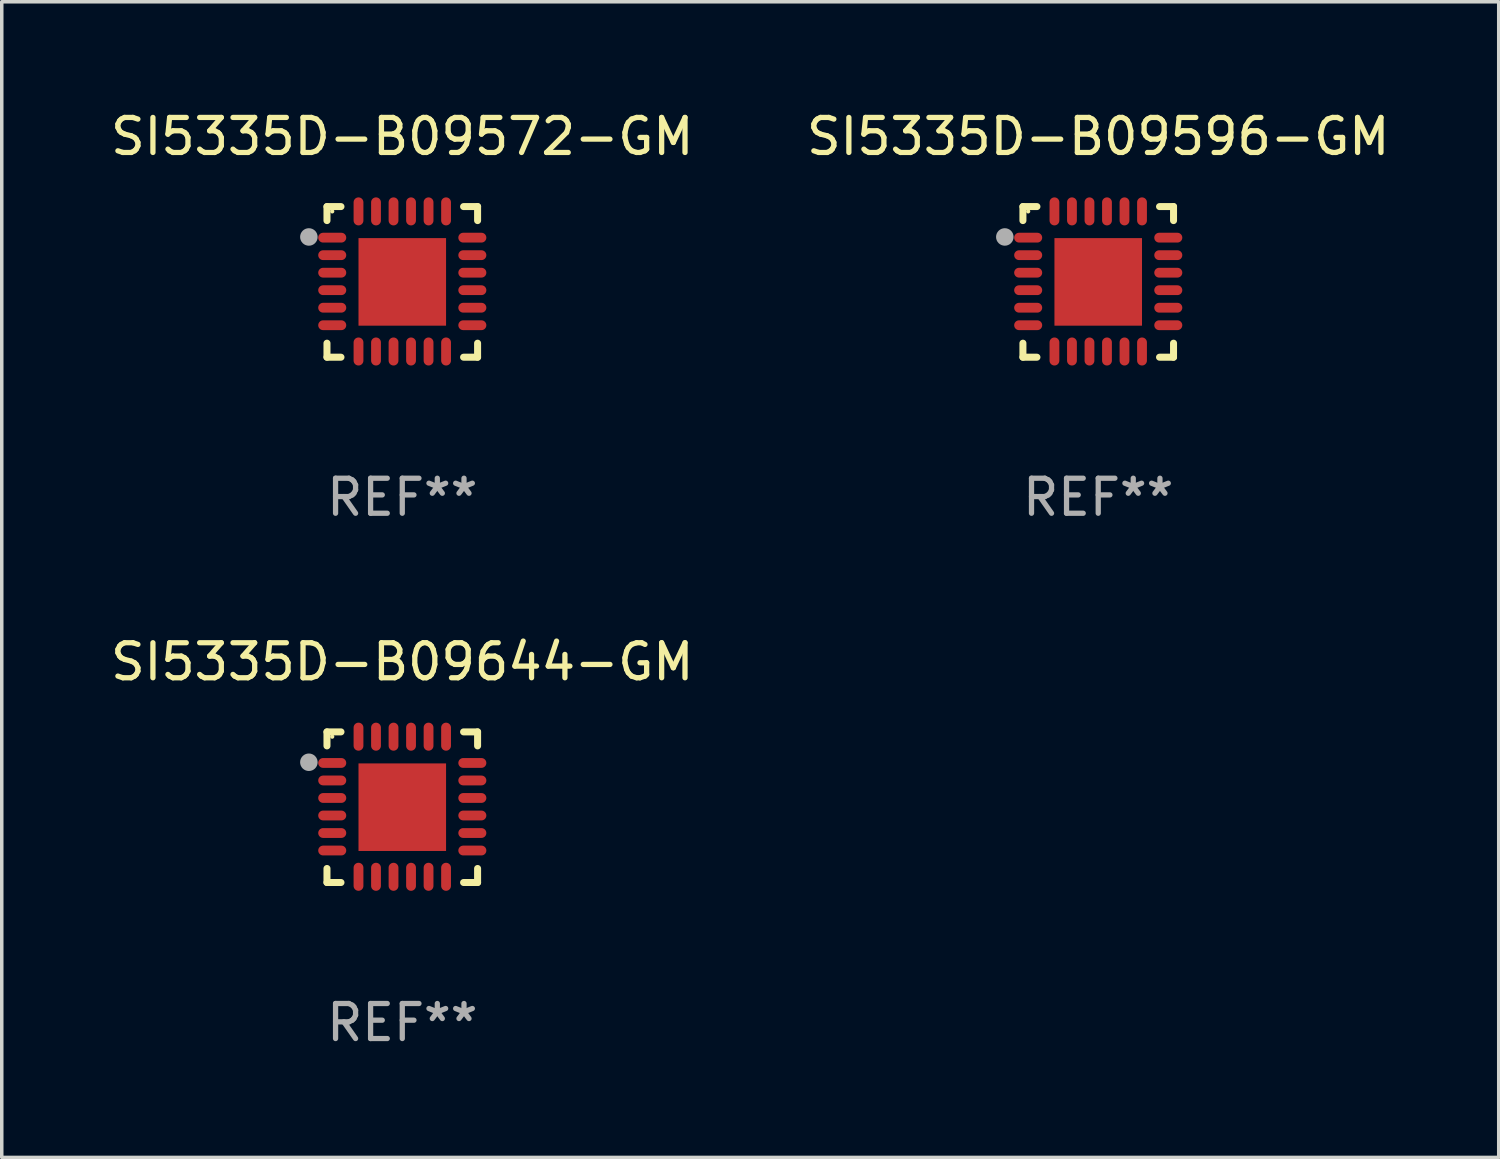
<source format=kicad_pcb>
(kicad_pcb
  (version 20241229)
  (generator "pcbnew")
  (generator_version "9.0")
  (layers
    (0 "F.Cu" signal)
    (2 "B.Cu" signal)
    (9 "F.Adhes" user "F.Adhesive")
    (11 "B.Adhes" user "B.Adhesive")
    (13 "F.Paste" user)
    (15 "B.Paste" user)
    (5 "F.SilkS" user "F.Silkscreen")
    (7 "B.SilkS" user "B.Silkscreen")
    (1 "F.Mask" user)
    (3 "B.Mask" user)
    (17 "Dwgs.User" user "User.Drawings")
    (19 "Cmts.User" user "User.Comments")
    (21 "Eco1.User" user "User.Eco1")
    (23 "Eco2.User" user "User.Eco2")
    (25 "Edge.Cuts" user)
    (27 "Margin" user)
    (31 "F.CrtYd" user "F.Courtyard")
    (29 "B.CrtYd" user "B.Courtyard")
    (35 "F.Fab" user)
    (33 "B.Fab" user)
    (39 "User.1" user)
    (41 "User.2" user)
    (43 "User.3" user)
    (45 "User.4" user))
  (footprint "SI5335D-B09596-GM"
    (layer "F.Cu")
    (at 28.304 4.998)
    (property "Reference" "SI5335D-B09596-GM" (at 0 -4.15 0) (layer "F.SilkS") (effects (font (size 1 1) (thickness 0.15))))
    (attr through_hole)
    (fp_line (start -2.15 -2.15) (end -1.75 -2.15) (stroke (width 0.2) (type solid)) (layer "F.SilkS"))
    (fp_line (start -2.15 -1.75) (end -2.15 -2.15) (stroke (width 0.2) (type solid)) (layer "F.SilkS"))
    (fp_line (start -2.15 2.15) (end -2.15 1.75) (stroke (width 0.2) (type solid)) (layer "F.SilkS"))
    (fp_line (start -1.75 2.15) (end -2.15 2.15) (stroke (width 0.2) (type solid)) (layer "F.SilkS"))
    (fp_line (start 1.75 -2.15) (end 2.15 -2.15) (stroke (width 0.2) (type solid)) (layer "F.SilkS"))
    (fp_line (start 1.75 2.15) (end 2.15 2.15) (stroke (width 0.2) (type solid)) (layer "F.SilkS"))
    (fp_line (start 2.15 -2.15) (end 2.15 -1.75) (stroke (width 0.2) (type solid)) (layer "F.SilkS"))
    (fp_line (start 2.15 2.15) (end 2.15 1.75) (stroke (width 0.2) (type solid)) (layer "F.SilkS"))
    (fp_circle (center -2 -2.013) (end -1.97 -2.013) (stroke (width 0.06) (type solid)) (fill no) (layer "F.SilkS"))
    (fp_circle (center -2.667 -1.283) (end -2.542 -1.283) (stroke (width 0.25) (type solid)) (fill no) (layer "F.Fab"))
    (fp_text user "REF**" (at 0 6.15 0) (layer "F.Fab") (effects (font (size 1 1) (thickness 0.15))))
    (pad "1" smd oval (at -2 -1.263) (size 0.8 0.28) (layers "F.Cu" "F.Mask" "F.Paste"))
    (pad "2" smd oval (at -2 -0.763) (size 0.8 0.28) (layers "F.Cu" "F.Mask" "F.Paste"))
    (pad "3" smd oval (at -2 -0.263) (size 0.8 0.28) (layers "F.Cu" "F.Mask" "F.Paste"))
    (pad "4" smd oval (at -2 0.237) (size 0.8 0.28) (layers "F.Cu" "F.Mask" "F.Paste"))
    (pad "5" smd oval (at -2 0.737) (size 0.8 0.28) (layers "F.Cu" "F.Mask" "F.Paste"))
    (pad "6" smd oval (at -2 1.237) (size 0.8 0.28) (layers "F.Cu" "F.Mask" "F.Paste"))
    (pad "7" smd oval (at -1.25 1.987) (size 0.28 0.8) (layers "F.Cu" "F.Mask" "F.Paste"))
    (pad "8" smd oval (at -0.75 1.987) (size 0.28 0.8) (layers "F.Cu" "F.Mask" "F.Paste"))
    (pad "9" smd oval (at -0.25 1.987) (size 0.28 0.8) (layers "F.Cu" "F.Mask" "F.Paste"))
    (pad "10" smd oval (at 0.25 1.987) (size 0.28 0.8) (layers "F.Cu" "F.Mask" "F.Paste"))
    (pad "11" smd oval (at 0.75 1.987) (size 0.28 0.8) (layers "F.Cu" "F.Mask" "F.Paste"))
    (pad "12" smd oval (at 1.25 1.987) (size 0.28 0.8) (layers "F.Cu" "F.Mask" "F.Paste"))
    (pad "13" smd oval (at 2 1.237) (size 0.8 0.28) (layers "F.Cu" "F.Mask" "F.Paste"))
    (pad "14" smd oval (at 2 0.737) (size 0.8 0.28) (layers "F.Cu" "F.Mask" "F.Paste"))
    (pad "15" smd oval (at 2 0.237) (size 0.8 0.28) (layers "F.Cu" "F.Mask" "F.Paste"))
    (pad "16" smd oval (at 2 -0.263) (size 0.8 0.28) (layers "F.Cu" "F.Mask" "F.Paste"))
    (pad "17" smd oval (at 2 -0.763) (size 0.8 0.28) (layers "F.Cu" "F.Mask" "F.Paste"))
    (pad "18" smd oval (at 2 -1.263) (size 0.8 0.28) (layers "F.Cu" "F.Mask" "F.Paste"))
    (pad "19" smd oval (at 1.25 -2.013) (size 0.28 0.8) (layers "F.Cu" "F.Mask" "F.Paste"))
    (pad "20" smd oval (at 0.75 -2.013) (size 0.28 0.8) (layers "F.Cu" "F.Mask" "F.Paste"))
    (pad "21" smd oval (at 0.25 -2.013) (size 0.28 0.8) (layers "F.Cu" "F.Mask" "F.Paste"))
    (pad "22" smd oval (at -0.25 -2.013) (size 0.28 0.8) (layers "F.Cu" "F.Mask" "F.Paste"))
    (pad "23" smd oval (at -0.75 -2.013) (size 0.28 0.8) (layers "F.Cu" "F.Mask" "F.Paste"))
    (pad "24" smd oval (at -1.25 -2.013) (size 0.28 0.8) (layers "F.Cu" "F.Mask" "F.Paste"))
    (pad "25" smd rect (at -0.000127 -0.00014) (size 2.5 2.5) (layers "F.Cu" "F.Mask" "F.Paste")))
  (footprint "SI5335D-B09644-GM"
    (layer "F.Cu")
    (at 8.435 19.995)
    (property "Reference" "SI5335D-B09644-GM" (at 0 -4.15 0) (layer "F.SilkS") (effects (font (size 1 1) (thickness 0.15))))
    (attr through_hole)
    (fp_line (start -2.15 -2.15) (end -1.75 -2.15) (stroke (width 0.2) (type solid)) (layer "F.SilkS"))
    (fp_line (start -2.15 -1.75) (end -2.15 -2.15) (stroke (width 0.2) (type solid)) (layer "F.SilkS"))
    (fp_line (start -2.15 2.15) (end -2.15 1.75) (stroke (width 0.2) (type solid)) (layer "F.SilkS"))
    (fp_line (start -1.75 2.15) (end -2.15 2.15) (stroke (width 0.2) (type solid)) (layer "F.SilkS"))
    (fp_line (start 1.75 -2.15) (end 2.15 -2.15) (stroke (width 0.2) (type solid)) (layer "F.SilkS"))
    (fp_line (start 1.75 2.15) (end 2.15 2.15) (stroke (width 0.2) (type solid)) (layer "F.SilkS"))
    (fp_line (start 2.15 -2.15) (end 2.15 -1.75) (stroke (width 0.2) (type solid)) (layer "F.SilkS"))
    (fp_line (start 2.15 2.15) (end 2.15 1.75) (stroke (width 0.2) (type solid)) (layer "F.SilkS"))
    (fp_circle (center -2 -2.013) (end -1.97 -2.013) (stroke (width 0.06) (type solid)) (fill no) (layer "F.SilkS"))
    (fp_circle (center -2.667 -1.283) (end -2.542 -1.283) (stroke (width 0.25) (type solid)) (fill no) (layer "F.Fab"))
    (fp_text user "REF**" (at 0 6.15 0) (layer "F.Fab") (effects (font (size 1 1) (thickness 0.15))))
    (pad "1" smd oval (at -2 -1.263) (size 0.8 0.28) (layers "F.Cu" "F.Mask" "F.Paste"))
    (pad "2" smd oval (at -2 -0.763) (size 0.8 0.28) (layers "F.Cu" "F.Mask" "F.Paste"))
    (pad "3" smd oval (at -2 -0.263) (size 0.8 0.28) (layers "F.Cu" "F.Mask" "F.Paste"))
    (pad "4" smd oval (at -2 0.237) (size 0.8 0.28) (layers "F.Cu" "F.Mask" "F.Paste"))
    (pad "5" smd oval (at -2 0.737) (size 0.8 0.28) (layers "F.Cu" "F.Mask" "F.Paste"))
    (pad "6" smd oval (at -2 1.237) (size 0.8 0.28) (layers "F.Cu" "F.Mask" "F.Paste"))
    (pad "7" smd oval (at -1.25 1.987) (size 0.28 0.8) (layers "F.Cu" "F.Mask" "F.Paste"))
    (pad "8" smd oval (at -0.75 1.987) (size 0.28 0.8) (layers "F.Cu" "F.Mask" "F.Paste"))
    (pad "9" smd oval (at -0.25 1.987) (size 0.28 0.8) (layers "F.Cu" "F.Mask" "F.Paste"))
    (pad "10" smd oval (at 0.25 1.987) (size 0.28 0.8) (layers "F.Cu" "F.Mask" "F.Paste"))
    (pad "11" smd oval (at 0.75 1.987) (size 0.28 0.8) (layers "F.Cu" "F.Mask" "F.Paste"))
    (pad "12" smd oval (at 1.25 1.987) (size 0.28 0.8) (layers "F.Cu" "F.Mask" "F.Paste"))
    (pad "13" smd oval (at 2 1.237) (size 0.8 0.28) (layers "F.Cu" "F.Mask" "F.Paste"))
    (pad "14" smd oval (at 2 0.737) (size 0.8 0.28) (layers "F.Cu" "F.Mask" "F.Paste"))
    (pad "15" smd oval (at 2 0.237) (size 0.8 0.28) (layers "F.Cu" "F.Mask" "F.Paste"))
    (pad "16" smd oval (at 2 -0.263) (size 0.8 0.28) (layers "F.Cu" "F.Mask" "F.Paste"))
    (pad "17" smd oval (at 2 -0.763) (size 0.8 0.28) (layers "F.Cu" "F.Mask" "F.Paste"))
    (pad "18" smd oval (at 2 -1.263) (size 0.8 0.28) (layers "F.Cu" "F.Mask" "F.Paste"))
    (pad "19" smd oval (at 1.25 -2.013) (size 0.28 0.8) (layers "F.Cu" "F.Mask" "F.Paste"))
    (pad "20" smd oval (at 0.75 -2.013) (size 0.28 0.8) (layers "F.Cu" "F.Mask" "F.Paste"))
    (pad "21" smd oval (at 0.25 -2.013) (size 0.28 0.8) (layers "F.Cu" "F.Mask" "F.Paste"))
    (pad "22" smd oval (at -0.25 -2.013) (size 0.28 0.8) (layers "F.Cu" "F.Mask" "F.Paste"))
    (pad "23" smd oval (at -0.75 -2.013) (size 0.28 0.8) (layers "F.Cu" "F.Mask" "F.Paste"))
    (pad "24" smd oval (at -1.25 -2.013) (size 0.28 0.8) (layers "F.Cu" "F.Mask" "F.Paste"))
    (pad "25" smd rect (at -0.000127 -0.00014) (size 2.5 2.5) (layers "F.Cu" "F.Mask" "F.Paste")))
  (footprint "SI5335D-B09572-GM"
    (layer "F.Cu")
    (at 8.435 4.998)
    (property "Reference" "SI5335D-B09572-GM" (at 0 -4.15 0) (layer "F.SilkS") (effects (font (size 1 1) (thickness 0.15))))
    (attr through_hole)
    (fp_line (start -2.15 -2.15) (end -1.75 -2.15) (stroke (width 0.2) (type solid)) (layer "F.SilkS"))
    (fp_line (start -2.15 -1.75) (end -2.15 -2.15) (stroke (width 0.2) (type solid)) (layer "F.SilkS"))
    (fp_line (start -2.15 2.15) (end -2.15 1.75) (stroke (width 0.2) (type solid)) (layer "F.SilkS"))
    (fp_line (start -1.75 2.15) (end -2.15 2.15) (stroke (width 0.2) (type solid)) (layer "F.SilkS"))
    (fp_line (start 1.75 -2.15) (end 2.15 -2.15) (stroke (width 0.2) (type solid)) (layer "F.SilkS"))
    (fp_line (start 1.75 2.15) (end 2.15 2.15) (stroke (width 0.2) (type solid)) (layer "F.SilkS"))
    (fp_line (start 2.15 -2.15) (end 2.15 -1.75) (stroke (width 0.2) (type solid)) (layer "F.SilkS"))
    (fp_line (start 2.15 2.15) (end 2.15 1.75) (stroke (width 0.2) (type solid)) (layer "F.SilkS"))
    (fp_circle (center -2 -2.013) (end -1.97 -2.013) (stroke (width 0.06) (type solid)) (fill no) (layer "F.SilkS"))
    (fp_circle (center -2.667 -1.283) (end -2.542 -1.283) (stroke (width 0.25) (type solid)) (fill no) (layer "F.Fab"))
    (fp_text user "REF**" (at 0 6.15 0) (layer "F.Fab") (effects (font (size 1 1) (thickness 0.15))))
    (pad "1" smd oval (at -2 -1.263) (size 0.8 0.28) (layers "F.Cu" "F.Mask" "F.Paste"))
    (pad "2" smd oval (at -2 -0.763) (size 0.8 0.28) (layers "F.Cu" "F.Mask" "F.Paste"))
    (pad "3" smd oval (at -2 -0.263) (size 0.8 0.28) (layers "F.Cu" "F.Mask" "F.Paste"))
    (pad "4" smd oval (at -2 0.237) (size 0.8 0.28) (layers "F.Cu" "F.Mask" "F.Paste"))
    (pad "5" smd oval (at -2 0.737) (size 0.8 0.28) (layers "F.Cu" "F.Mask" "F.Paste"))
    (pad "6" smd oval (at -2 1.237) (size 0.8 0.28) (layers "F.Cu" "F.Mask" "F.Paste"))
    (pad "7" smd oval (at -1.25 1.987) (size 0.28 0.8) (layers "F.Cu" "F.Mask" "F.Paste"))
    (pad "8" smd oval (at -0.75 1.987) (size 0.28 0.8) (layers "F.Cu" "F.Mask" "F.Paste"))
    (pad "9" smd oval (at -0.25 1.987) (size 0.28 0.8) (layers "F.Cu" "F.Mask" "F.Paste"))
    (pad "10" smd oval (at 0.25 1.987) (size 0.28 0.8) (layers "F.Cu" "F.Mask" "F.Paste"))
    (pad "11" smd oval (at 0.75 1.987) (size 0.28 0.8) (layers "F.Cu" "F.Mask" "F.Paste"))
    (pad "12" smd oval (at 1.25 1.987) (size 0.28 0.8) (layers "F.Cu" "F.Mask" "F.Paste"))
    (pad "13" smd oval (at 2 1.237) (size 0.8 0.28) (layers "F.Cu" "F.Mask" "F.Paste"))
    (pad "14" smd oval (at 2 0.737) (size 0.8 0.28) (layers "F.Cu" "F.Mask" "F.Paste"))
    (pad "15" smd oval (at 2 0.237) (size 0.8 0.28) (layers "F.Cu" "F.Mask" "F.Paste"))
    (pad "16" smd oval (at 2 -0.263) (size 0.8 0.28) (layers "F.Cu" "F.Mask" "F.Paste"))
    (pad "17" smd oval (at 2 -0.763) (size 0.8 0.28) (layers "F.Cu" "F.Mask" "F.Paste"))
    (pad "18" smd oval (at 2 -1.263) (size 0.8 0.28) (layers "F.Cu" "F.Mask" "F.Paste"))
    (pad "19" smd oval (at 1.25 -2.013) (size 0.28 0.8) (layers "F.Cu" "F.Mask" "F.Paste"))
    (pad "20" smd oval (at 0.75 -2.013) (size 0.28 0.8) (layers "F.Cu" "F.Mask" "F.Paste"))
    (pad "21" smd oval (at 0.25 -2.013) (size 0.28 0.8) (layers "F.Cu" "F.Mask" "F.Paste"))
    (pad "22" smd oval (at -0.25 -2.013) (size 0.28 0.8) (layers "F.Cu" "F.Mask" "F.Paste"))
    (pad "23" smd oval (at -0.75 -2.013) (size 0.28 0.8) (layers "F.Cu" "F.Mask" "F.Paste"))
    (pad "24" smd oval (at -1.25 -2.013) (size 0.28 0.8) (layers "F.Cu" "F.Mask" "F.Paste"))
    (pad "25" smd rect (at -0.000127 -0.00014) (size 2.5 2.5) (layers "F.Cu" "F.Mask" "F.Paste")))
  (gr_rect
    (start -3 -3)
    (end 39.738 29.993)
    (stroke (width 0.1) (type default))
    (fill no)
    (layer "Edge.Cuts")))
</source>
